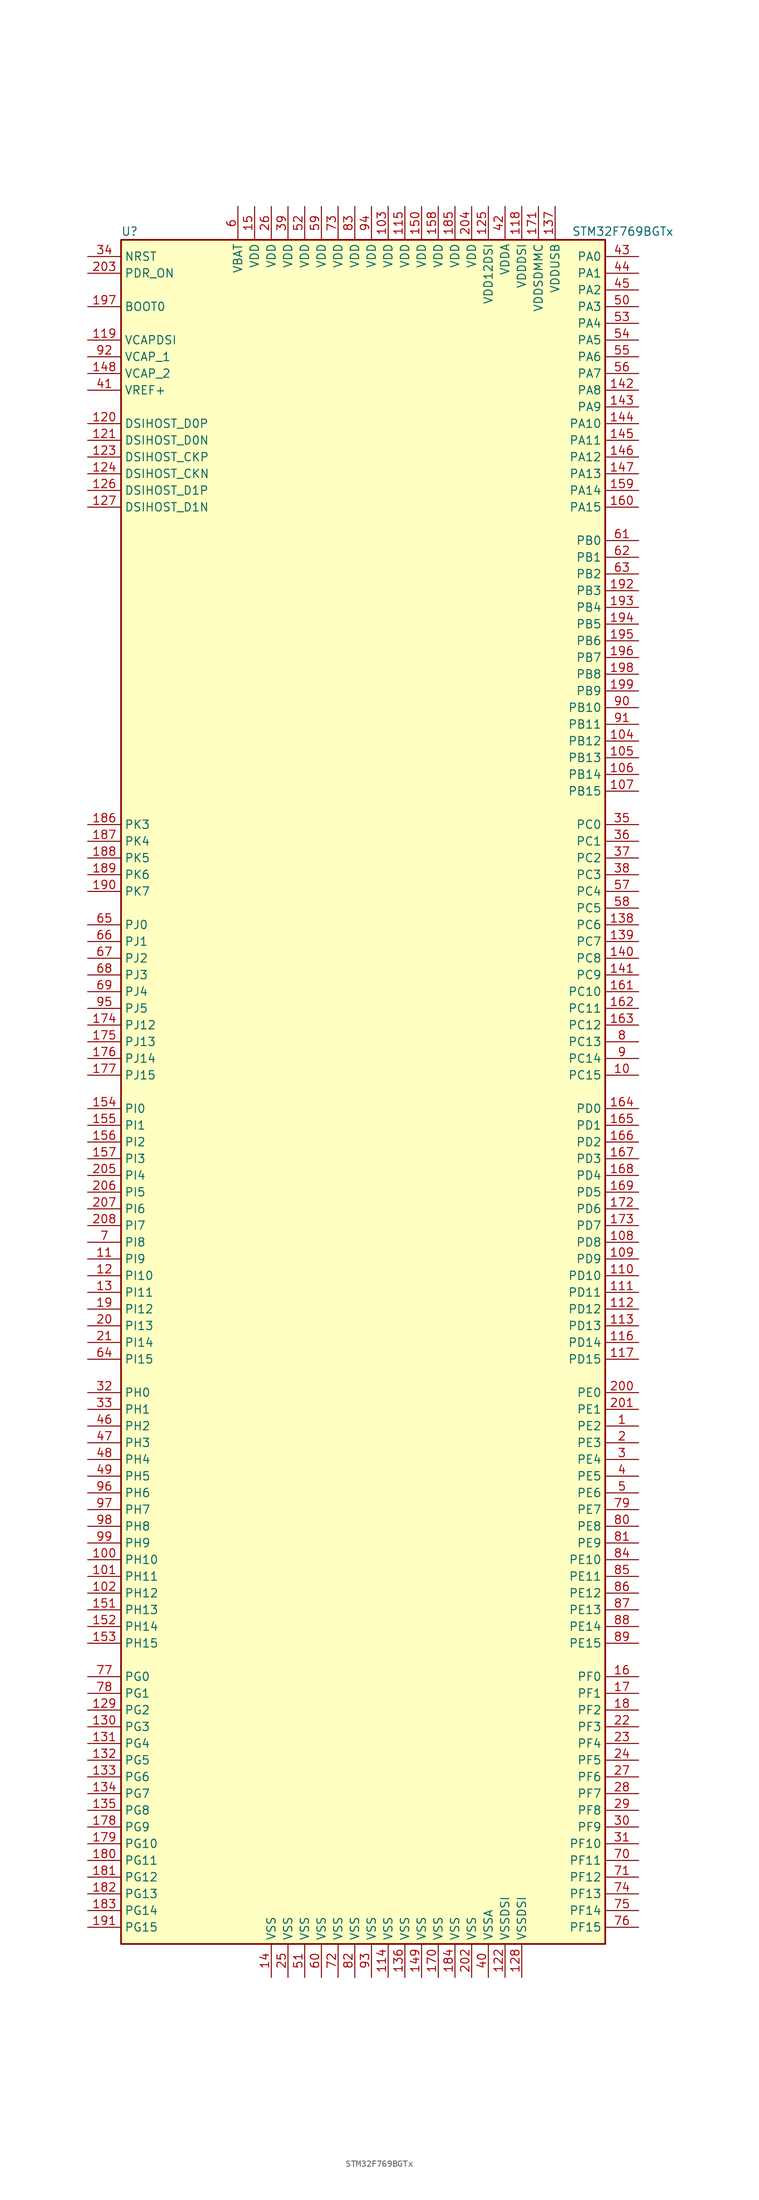
<source format=kicad_sym>
(kicad_symbol_lib
  (version 20211014)
  (generator kicad_symbol_editor)
  (symbol "STM32F769BGTx"
    (property "Reference" "U"
      (at -38.1 130.81 0)
      (effects (font (size 1.27 1.27)) (justify left)))
    (property "Value" "STM32F769BGTx"
      (at 30.48 130.81 0)
      (effects (font (size 1.27 1.27)) (justify left)))
    (symbol "STM32F769BGTx_0_1"
      (rectangle (start -38.1 -129.54) (end 35.56 129.54) (stroke (width 0.254) (type default) (color 0 0 0 0)) (fill (type background))))
    (symbol "STM32F769BGTx_1_1"
      (pin bidirectional line (at 40.64 -50.8 180) (length 5.08) (name "PE2" (effects (font (size 1.27 1.27)))) (number "1" (effects (font (size 1.27 1.27)))))
      (pin bidirectional line (at 40.64 2.54 180) (length 5.08) (name "PC15" (effects (font (size 1.27 1.27)))) (number "10" (effects (font (size 1.27 1.27)))))
      (pin bidirectional line (at -43.18 -71.12 0) (length 5.08) (name "PH10" (effects (font (size 1.27 1.27)))) (number "100" (effects (font (size 1.27 1.27)))))
      (pin bidirectional line (at -43.18 -73.66 0) (length 5.08) (name "PH11" (effects (font (size 1.27 1.27)))) (number "101" (effects (font (size 1.27 1.27)))))
      (pin bidirectional line (at -43.18 -76.2 0) (length 5.08) (name "PH12" (effects (font (size 1.27 1.27)))) (number "102" (effects (font (size 1.27 1.27)))))
      (pin power_in line (at 2.54 134.62 270) (length 5.08) (name "VDD" (effects (font (size 1.27 1.27)))) (number "103" (effects (font (size 1.27 1.27)))))
      (pin bidirectional line (at 40.64 53.34 180) (length 5.08) (name "PB12" (effects (font (size 1.27 1.27)))) (number "104" (effects (font (size 1.27 1.27)))))
      (pin bidirectional line (at 40.64 50.8 180) (length 5.08) (name "PB13" (effects (font (size 1.27 1.27)))) (number "105" (effects (font (size 1.27 1.27)))))
      (pin bidirectional line (at 40.64 48.26 180) (length 5.08) (name "PB14" (effects (font (size 1.27 1.27)))) (number "106" (effects (font (size 1.27 1.27)))))
      (pin bidirectional line (at 40.64 45.72 180) (length 5.08) (name "PB15" (effects (font (size 1.27 1.27)))) (number "107" (effects (font (size 1.27 1.27)))))
      (pin bidirectional line (at 40.64 -22.86 180) (length 5.08) (name "PD8" (effects (font (size 1.27 1.27)))) (number "108" (effects (font (size 1.27 1.27)))))
      (pin bidirectional line (at 40.64 -25.4 180) (length 5.08) (name "PD9" (effects (font (size 1.27 1.27)))) (number "109" (effects (font (size 1.27 1.27)))))
      (pin bidirectional line (at -43.18 -25.4 0) (length 5.08) (name "PI9" (effects (font (size 1.27 1.27)))) (number "11" (effects (font (size 1.27 1.27)))))
      (pin bidirectional line (at 40.64 -27.94 180) (length 5.08) (name "PD10" (effects (font (size 1.27 1.27)))) (number "110" (effects (font (size 1.27 1.27)))))
      (pin bidirectional line (at 40.64 -30.48 180) (length 5.08) (name "PD11" (effects (font (size 1.27 1.27)))) (number "111" (effects (font (size 1.27 1.27)))))
      (pin bidirectional line (at 40.64 -33.02 180) (length 5.08) (name "PD12" (effects (font (size 1.27 1.27)))) (number "112" (effects (font (size 1.27 1.27)))))
      (pin bidirectional line (at 40.64 -35.56 180) (length 5.08) (name "PD13" (effects (font (size 1.27 1.27)))) (number "113" (effects (font (size 1.27 1.27)))))
      (pin power_in line (at 2.54 -134.62 90) (length 5.08) (name "VSS" (effects (font (size 1.27 1.27)))) (number "114" (effects (font (size 1.27 1.27)))))
      (pin power_in line (at 5.08 134.62 270) (length 5.08) (name "VDD" (effects (font (size 1.27 1.27)))) (number "115" (effects (font (size 1.27 1.27)))))
      (pin bidirectional line (at 40.64 -38.1 180) (length 5.08) (name "PD14" (effects (font (size 1.27 1.27)))) (number "116" (effects (font (size 1.27 1.27)))))
      (pin bidirectional line (at 40.64 -40.64 180) (length 5.08) (name "PD15" (effects (font (size 1.27 1.27)))) (number "117" (effects (font (size 1.27 1.27)))))
      (pin power_in line (at 22.86 134.62 270) (length 5.08) (name "VDDDSI" (effects (font (size 1.27 1.27)))) (number "118" (effects (font (size 1.27 1.27)))))
      (pin power_in line (at -43.18 114.3 0) (length 5.08) (name "VCAPDSI" (effects (font (size 1.27 1.27)))) (number "119" (effects (font (size 1.27 1.27)))))
      (pin bidirectional line (at -43.18 -27.94 0) (length 5.08) (name "PI10" (effects (font (size 1.27 1.27)))) (number "12" (effects (font (size 1.27 1.27)))))
      (pin bidirectional line (at -43.18 101.6 0) (length 5.08) (name "DSIHOST_D0P" (effects (font (size 1.27 1.27)))) (number "120" (effects (font (size 1.27 1.27)))))
      (pin bidirectional line (at -43.18 99.06 0) (length 5.08) (name "DSIHOST_D0N" (effects (font (size 1.27 1.27)))) (number "121" (effects (font (size 1.27 1.27)))))
      (pin power_in line (at 20.32 -134.62 90) (length 5.08) (name "VSSDSI" (effects (font (size 1.27 1.27)))) (number "122" (effects (font (size 1.27 1.27)))))
      (pin bidirectional line (at -43.18 96.52 0) (length 5.08) (name "DSIHOST_CKP" (effects (font (size 1.27 1.27)))) (number "123" (effects (font (size 1.27 1.27)))))
      (pin bidirectional line (at -43.18 93.98 0) (length 5.08) (name "DSIHOST_CKN" (effects (font (size 1.27 1.27)))) (number "124" (effects (font (size 1.27 1.27)))))
      (pin power_in line (at 17.78 134.62 270) (length 5.08) (name "VDD12DSI" (effects (font (size 1.27 1.27)))) (number "125" (effects (font (size 1.27 1.27)))))
      (pin bidirectional line (at -43.18 91.44 0) (length 5.08) (name "DSIHOST_D1P" (effects (font (size 1.27 1.27)))) (number "126" (effects (font (size 1.27 1.27)))))
      (pin bidirectional line (at -43.18 88.9 0) (length 5.08) (name "DSIHOST_D1N" (effects (font (size 1.27 1.27)))) (number "127" (effects (font (size 1.27 1.27)))))
      (pin power_in line (at 22.86 -134.62 90) (length 5.08) (name "VSSDSI" (effects (font (size 1.27 1.27)))) (number "128" (effects (font (size 1.27 1.27)))))
      (pin bidirectional line (at -43.18 -93.98 0) (length 5.08) (name "PG2" (effects (font (size 1.27 1.27)))) (number "129" (effects (font (size 1.27 1.27)))))
      (pin bidirectional line (at -43.18 -30.48 0) (length 5.08) (name "PI11" (effects (font (size 1.27 1.27)))) (number "13" (effects (font (size 1.27 1.27)))))
      (pin bidirectional line (at -43.18 -96.52 0) (length 5.08) (name "PG3" (effects (font (size 1.27 1.27)))) (number "130" (effects (font (size 1.27 1.27)))))
      (pin bidirectional line (at -43.18 -99.06 0) (length 5.08) (name "PG4" (effects (font (size 1.27 1.27)))) (number "131" (effects (font (size 1.27 1.27)))))
      (pin bidirectional line (at -43.18 -101.6 0) (length 5.08) (name "PG5" (effects (font (size 1.27 1.27)))) (number "132" (effects (font (size 1.27 1.27)))))
      (pin bidirectional line (at -43.18 -104.14 0) (length 5.08) (name "PG6" (effects (font (size 1.27 1.27)))) (number "133" (effects (font (size 1.27 1.27)))))
      (pin bidirectional line (at -43.18 -106.68 0) (length 5.08) (name "PG7" (effects (font (size 1.27 1.27)))) (number "134" (effects (font (size 1.27 1.27)))))
      (pin bidirectional line (at -43.18 -109.22 0) (length 5.08) (name "PG8" (effects (font (size 1.27 1.27)))) (number "135" (effects (font (size 1.27 1.27)))))
      (pin power_in line (at 5.08 -134.62 90) (length 5.08) (name "VSS" (effects (font (size 1.27 1.27)))) (number "136" (effects (font (size 1.27 1.27)))))
      (pin power_in line (at 27.94 134.62 270) (length 5.08) (name "VDDUSB" (effects (font (size 1.27 1.27)))) (number "137" (effects (font (size 1.27 1.27)))))
      (pin bidirectional line (at 40.64 25.4 180) (length 5.08) (name "PC6" (effects (font (size 1.27 1.27)))) (number "138" (effects (font (size 1.27 1.27)))))
      (pin bidirectional line (at 40.64 22.86 180) (length 5.08) (name "PC7" (effects (font (size 1.27 1.27)))) (number "139" (effects (font (size 1.27 1.27)))))
      (pin power_in line (at -15.24 -134.62 90) (length 5.08) (name "VSS" (effects (font (size 1.27 1.27)))) (number "14" (effects (font (size 1.27 1.27)))))
      (pin bidirectional line (at 40.64 20.32 180) (length 5.08) (name "PC8" (effects (font (size 1.27 1.27)))) (number "140" (effects (font (size 1.27 1.27)))))
      (pin bidirectional line (at 40.64 17.78 180) (length 5.08) (name "PC9" (effects (font (size 1.27 1.27)))) (number "141" (effects (font (size 1.27 1.27)))))
      (pin bidirectional line (at 40.64 106.68 180) (length 5.08) (name "PA8" (effects (font (size 1.27 1.27)))) (number "142" (effects (font (size 1.27 1.27)))))
      (pin bidirectional line (at 40.64 104.14 180) (length 5.08) (name "PA9" (effects (font (size 1.27 1.27)))) (number "143" (effects (font (size 1.27 1.27)))))
      (pin bidirectional line (at 40.64 101.6 180) (length 5.08) (name "PA10" (effects (font (size 1.27 1.27)))) (number "144" (effects (font (size 1.27 1.27)))))
      (pin bidirectional line (at 40.64 99.06 180) (length 5.08) (name "PA11" (effects (font (size 1.27 1.27)))) (number "145" (effects (font (size 1.27 1.27)))))
      (pin bidirectional line (at 40.64 96.52 180) (length 5.08) (name "PA12" (effects (font (size 1.27 1.27)))) (number "146" (effects (font (size 1.27 1.27)))))
      (pin bidirectional line (at 40.64 93.98 180) (length 5.08) (name "PA13" (effects (font (size 1.27 1.27)))) (number "147" (effects (font (size 1.27 1.27)))))
      (pin power_in line (at -43.18 109.22 0) (length 5.08) (name "VCAP_2" (effects (font (size 1.27 1.27)))) (number "148" (effects (font (size 1.27 1.27)))))
      (pin power_in line (at 7.62 -134.62 90) (length 5.08) (name "VSS" (effects (font (size 1.27 1.27)))) (number "149" (effects (font (size 1.27 1.27)))))
      (pin power_in line (at -17.78 134.62 270) (length 5.08) (name "VDD" (effects (font (size 1.27 1.27)))) (number "15" (effects (font (size 1.27 1.27)))))
      (pin power_in line (at 7.62 134.62 270) (length 5.08) (name "VDD" (effects (font (size 1.27 1.27)))) (number "150" (effects (font (size 1.27 1.27)))))
      (pin bidirectional line (at -43.18 -78.74 0) (length 5.08) (name "PH13" (effects (font (size 1.27 1.27)))) (number "151" (effects (font (size 1.27 1.27)))))
      (pin bidirectional line (at -43.18 -81.28 0) (length 5.08) (name "PH14" (effects (font (size 1.27 1.27)))) (number "152" (effects (font (size 1.27 1.27)))))
      (pin bidirectional line (at -43.18 -83.82 0) (length 5.08) (name "PH15" (effects (font (size 1.27 1.27)))) (number "153" (effects (font (size 1.27 1.27)))))
      (pin bidirectional line (at -43.18 -2.54 0) (length 5.08) (name "PI0" (effects (font (size 1.27 1.27)))) (number "154" (effects (font (size 1.27 1.27)))))
      (pin bidirectional line (at -43.18 -5.08 0) (length 5.08) (name "PI1" (effects (font (size 1.27 1.27)))) (number "155" (effects (font (size 1.27 1.27)))))
      (pin bidirectional line (at -43.18 -7.62 0) (length 5.08) (name "PI2" (effects (font (size 1.27 1.27)))) (number "156" (effects (font (size 1.27 1.27)))))
      (pin bidirectional line (at -43.18 -10.16 0) (length 5.08) (name "PI3" (effects (font (size 1.27 1.27)))) (number "157" (effects (font (size 1.27 1.27)))))
      (pin power_in line (at 10.16 134.62 270) (length 5.08) (name "VDD" (effects (font (size 1.27 1.27)))) (number "158" (effects (font (size 1.27 1.27)))))
      (pin bidirectional line (at 40.64 91.44 180) (length 5.08) (name "PA14" (effects (font (size 1.27 1.27)))) (number "159" (effects (font (size 1.27 1.27)))))
      (pin bidirectional line (at 40.64 -88.9 180) (length 5.08) (name "PF0" (effects (font (size 1.27 1.27)))) (number "16" (effects (font (size 1.27 1.27)))))
      (pin bidirectional line (at 40.64 88.9 180) (length 5.08) (name "PA15" (effects (font (size 1.27 1.27)))) (number "160" (effects (font (size 1.27 1.27)))))
      (pin bidirectional line (at 40.64 15.24 180) (length 5.08) (name "PC10" (effects (font (size 1.27 1.27)))) (number "161" (effects (font (size 1.27 1.27)))))
      (pin bidirectional line (at 40.64 12.7 180) (length 5.08) (name "PC11" (effects (font (size 1.27 1.27)))) (number "162" (effects (font (size 1.27 1.27)))))
      (pin bidirectional line (at 40.64 10.16 180) (length 5.08) (name "PC12" (effects (font (size 1.27 1.27)))) (number "163" (effects (font (size 1.27 1.27)))))
      (pin bidirectional line (at 40.64 -2.54 180) (length 5.08) (name "PD0" (effects (font (size 1.27 1.27)))) (number "164" (effects (font (size 1.27 1.27)))))
      (pin bidirectional line (at 40.64 -5.08 180) (length 5.08) (name "PD1" (effects (font (size 1.27 1.27)))) (number "165" (effects (font (size 1.27 1.27)))))
      (pin bidirectional line (at 40.64 -7.62 180) (length 5.08) (name "PD2" (effects (font (size 1.27 1.27)))) (number "166" (effects (font (size 1.27 1.27)))))
      (pin bidirectional line (at 40.64 -10.16 180) (length 5.08) (name "PD3" (effects (font (size 1.27 1.27)))) (number "167" (effects (font (size 1.27 1.27)))))
      (pin bidirectional line (at 40.64 -12.7 180) (length 5.08) (name "PD4" (effects (font (size 1.27 1.27)))) (number "168" (effects (font (size 1.27 1.27)))))
      (pin bidirectional line (at 40.64 -15.24 180) (length 5.08) (name "PD5" (effects (font (size 1.27 1.27)))) (number "169" (effects (font (size 1.27 1.27)))))
      (pin bidirectional line (at 40.64 -91.44 180) (length 5.08) (name "PF1" (effects (font (size 1.27 1.27)))) (number "17" (effects (font (size 1.27 1.27)))))
      (pin power_in line (at 10.16 -134.62 90) (length 5.08) (name "VSS" (effects (font (size 1.27 1.27)))) (number "170" (effects (font (size 1.27 1.27)))))
      (pin power_in line (at 25.4 134.62 270) (length 5.08) (name "VDDSDMMC" (effects (font (size 1.27 1.27)))) (number "171" (effects (font (size 1.27 1.27)))))
      (pin bidirectional line (at 40.64 -17.78 180) (length 5.08) (name "PD6" (effects (font (size 1.27 1.27)))) (number "172" (effects (font (size 1.27 1.27)))))
      (pin bidirectional line (at 40.64 -20.32 180) (length 5.08) (name "PD7" (effects (font (size 1.27 1.27)))) (number "173" (effects (font (size 1.27 1.27)))))
      (pin bidirectional line (at -43.18 10.16 0) (length 5.08) (name "PJ12" (effects (font (size 1.27 1.27)))) (number "174" (effects (font (size 1.27 1.27)))))
      (pin bidirectional line (at -43.18 7.62 0) (length 5.08) (name "PJ13" (effects (font (size 1.27 1.27)))) (number "175" (effects (font (size 1.27 1.27)))))
      (pin bidirectional line (at -43.18 5.08 0) (length 5.08) (name "PJ14" (effects (font (size 1.27 1.27)))) (number "176" (effects (font (size 1.27 1.27)))))
      (pin bidirectional line (at -43.18 2.54 0) (length 5.08) (name "PJ15" (effects (font (size 1.27 1.27)))) (number "177" (effects (font (size 1.27 1.27)))))
      (pin bidirectional line (at -43.18 -111.76 0) (length 5.08) (name "PG9" (effects (font (size 1.27 1.27)))) (number "178" (effects (font (size 1.27 1.27)))))
      (pin bidirectional line (at -43.18 -114.3 0) (length 5.08) (name "PG10" (effects (font (size 1.27 1.27)))) (number "179" (effects (font (size 1.27 1.27)))))
      (pin bidirectional line (at 40.64 -93.98 180) (length 5.08) (name "PF2" (effects (font (size 1.27 1.27)))) (number "18" (effects (font (size 1.27 1.27)))))
      (pin bidirectional line (at -43.18 -116.84 0) (length 5.08) (name "PG11" (effects (font (size 1.27 1.27)))) (number "180" (effects (font (size 1.27 1.27)))))
      (pin bidirectional line (at -43.18 -119.38 0) (length 5.08) (name "PG12" (effects (font (size 1.27 1.27)))) (number "181" (effects (font (size 1.27 1.27)))))
      (pin bidirectional line (at -43.18 -121.92 0) (length 5.08) (name "PG13" (effects (font (size 1.27 1.27)))) (number "182" (effects (font (size 1.27 1.27)))))
      (pin bidirectional line (at -43.18 -124.46 0) (length 5.08) (name "PG14" (effects (font (size 1.27 1.27)))) (number "183" (effects (font (size 1.27 1.27)))))
      (pin power_in line (at 12.7 -134.62 90) (length 5.08) (name "VSS" (effects (font (size 1.27 1.27)))) (number "184" (effects (font (size 1.27 1.27)))))
      (pin power_in line (at 12.7 134.62 270) (length 5.08) (name "VDD" (effects (font (size 1.27 1.27)))) (number "185" (effects (font (size 1.27 1.27)))))
      (pin bidirectional line (at -43.18 40.64 0) (length 5.08) (name "PK3" (effects (font (size 1.27 1.27)))) (number "186" (effects (font (size 1.27 1.27)))))
      (pin bidirectional line (at -43.18 38.1 0) (length 5.08) (name "PK4" (effects (font (size 1.27 1.27)))) (number "187" (effects (font (size 1.27 1.27)))))
      (pin bidirectional line (at -43.18 35.56 0) (length 5.08) (name "PK5" (effects (font (size 1.27 1.27)))) (number "188" (effects (font (size 1.27 1.27)))))
      (pin bidirectional line (at -43.18 33.02 0) (length 5.08) (name "PK6" (effects (font (size 1.27 1.27)))) (number "189" (effects (font (size 1.27 1.27)))))
      (pin bidirectional line (at -43.18 -33.02 0) (length 5.08) (name "PI12" (effects (font (size 1.27 1.27)))) (number "19" (effects (font (size 1.27 1.27)))))
      (pin bidirectional line (at -43.18 30.48 0) (length 5.08) (name "PK7" (effects (font (size 1.27 1.27)))) (number "190" (effects (font (size 1.27 1.27)))))
      (pin bidirectional line (at -43.18 -127 0) (length 5.08) (name "PG15" (effects (font (size 1.27 1.27)))) (number "191" (effects (font (size 1.27 1.27)))))
      (pin bidirectional line (at 40.64 76.2 180) (length 5.08) (name "PB3" (effects (font (size 1.27 1.27)))) (number "192" (effects (font (size 1.27 1.27)))))
      (pin bidirectional line (at 40.64 73.66 180) (length 5.08) (name "PB4" (effects (font (size 1.27 1.27)))) (number "193" (effects (font (size 1.27 1.27)))))
      (pin bidirectional line (at 40.64 71.12 180) (length 5.08) (name "PB5" (effects (font (size 1.27 1.27)))) (number "194" (effects (font (size 1.27 1.27)))))
      (pin bidirectional line (at 40.64 68.58 180) (length 5.08) (name "PB6" (effects (font (size 1.27 1.27)))) (number "195" (effects (font (size 1.27 1.27)))))
      (pin bidirectional line (at 40.64 66.04 180) (length 5.08) (name "PB7" (effects (font (size 1.27 1.27)))) (number "196" (effects (font (size 1.27 1.27)))))
      (pin input line (at -43.18 119.38 0) (length 5.08) (name "BOOT0" (effects (font (size 1.27 1.27)))) (number "197" (effects (font (size 1.27 1.27)))))
      (pin bidirectional line (at 40.64 63.5 180) (length 5.08) (name "PB8" (effects (font (size 1.27 1.27)))) (number "198" (effects (font (size 1.27 1.27)))))
      (pin bidirectional line (at 40.64 60.96 180) (length 5.08) (name "PB9" (effects (font (size 1.27 1.27)))) (number "199" (effects (font (size 1.27 1.27)))))
      (pin bidirectional line (at 40.64 -53.34 180) (length 5.08) (name "PE3" (effects (font (size 1.27 1.27)))) (number "2" (effects (font (size 1.27 1.27)))))
      (pin bidirectional line (at -43.18 -35.56 0) (length 5.08) (name "PI13" (effects (font (size 1.27 1.27)))) (number "20" (effects (font (size 1.27 1.27)))))
      (pin bidirectional line (at 40.64 -45.72 180) (length 5.08) (name "PE0" (effects (font (size 1.27 1.27)))) (number "200" (effects (font (size 1.27 1.27)))))
      (pin bidirectional line (at 40.64 -48.26 180) (length 5.08) (name "PE1" (effects (font (size 1.27 1.27)))) (number "201" (effects (font (size 1.27 1.27)))))
      (pin power_in line (at 15.24 -134.62 90) (length 5.08) (name "VSS" (effects (font (size 1.27 1.27)))) (number "202" (effects (font (size 1.27 1.27)))))
      (pin input line (at -43.18 124.46 0) (length 5.08) (name "PDR_ON" (effects (font (size 1.27 1.27)))) (number "203" (effects (font (size 1.27 1.27)))))
      (pin power_in line (at 15.24 134.62 270) (length 5.08) (name "VDD" (effects (font (size 1.27 1.27)))) (number "204" (effects (font (size 1.27 1.27)))))
      (pin bidirectional line (at -43.18 -12.7 0) (length 5.08) (name "PI4" (effects (font (size 1.27 1.27)))) (number "205" (effects (font (size 1.27 1.27)))))
      (pin bidirectional line (at -43.18 -15.24 0) (length 5.08) (name "PI5" (effects (font (size 1.27 1.27)))) (number "206" (effects (font (size 1.27 1.27)))))
      (pin bidirectional line (at -43.18 -17.78 0) (length 5.08) (name "PI6" (effects (font (size 1.27 1.27)))) (number "207" (effects (font (size 1.27 1.27)))))
      (pin bidirectional line (at -43.18 -20.32 0) (length 5.08) (name "PI7" (effects (font (size 1.27 1.27)))) (number "208" (effects (font (size 1.27 1.27)))))
      (pin bidirectional line (at -43.18 -38.1 0) (length 5.08) (name "PI14" (effects (font (size 1.27 1.27)))) (number "21" (effects (font (size 1.27 1.27)))))
      (pin bidirectional line (at 40.64 -96.52 180) (length 5.08) (name "PF3" (effects (font (size 1.27 1.27)))) (number "22" (effects (font (size 1.27 1.27)))))
      (pin bidirectional line (at 40.64 -99.06 180) (length 5.08) (name "PF4" (effects (font (size 1.27 1.27)))) (number "23" (effects (font (size 1.27 1.27)))))
      (pin bidirectional line (at 40.64 -101.6 180) (length 5.08) (name "PF5" (effects (font (size 1.27 1.27)))) (number "24" (effects (font (size 1.27 1.27)))))
      (pin power_in line (at -12.7 -134.62 90) (length 5.08) (name "VSS" (effects (font (size 1.27 1.27)))) (number "25" (effects (font (size 1.27 1.27)))))
      (pin power_in line (at -15.24 134.62 270) (length 5.08) (name "VDD" (effects (font (size 1.27 1.27)))) (number "26" (effects (font (size 1.27 1.27)))))
      (pin bidirectional line (at 40.64 -104.14 180) (length 5.08) (name "PF6" (effects (font (size 1.27 1.27)))) (number "27" (effects (font (size 1.27 1.27)))))
      (pin bidirectional line (at 40.64 -106.68 180) (length 5.08) (name "PF7" (effects (font (size 1.27 1.27)))) (number "28" (effects (font (size 1.27 1.27)))))
      (pin bidirectional line (at 40.64 -109.22 180) (length 5.08) (name "PF8" (effects (font (size 1.27 1.27)))) (number "29" (effects (font (size 1.27 1.27)))))
      (pin bidirectional line (at 40.64 -55.88 180) (length 5.08) (name "PE4" (effects (font (size 1.27 1.27)))) (number "3" (effects (font (size 1.27 1.27)))))
      (pin bidirectional line (at 40.64 -111.76 180) (length 5.08) (name "PF9" (effects (font (size 1.27 1.27)))) (number "30" (effects (font (size 1.27 1.27)))))
      (pin bidirectional line (at 40.64 -114.3 180) (length 5.08) (name "PF10" (effects (font (size 1.27 1.27)))) (number "31" (effects (font (size 1.27 1.27)))))
      (pin input line (at -43.18 -45.72 0) (length 5.08) (name "PH0" (effects (font (size 1.27 1.27)))) (number "32" (effects (font (size 1.27 1.27)))))
      (pin input line (at -43.18 -48.26 0) (length 5.08) (name "PH1" (effects (font (size 1.27 1.27)))) (number "33" (effects (font (size 1.27 1.27)))))
      (pin input line (at -43.18 127 0) (length 5.08) (name "NRST" (effects (font (size 1.27 1.27)))) (number "34" (effects (font (size 1.27 1.27)))))
      (pin bidirectional line (at 40.64 40.64 180) (length 5.08) (name "PC0" (effects (font (size 1.27 1.27)))) (number "35" (effects (font (size 1.27 1.27)))))
      (pin bidirectional line (at 40.64 38.1 180) (length 5.08) (name "PC1" (effects (font (size 1.27 1.27)))) (number "36" (effects (font (size 1.27 1.27)))))
      (pin bidirectional line (at 40.64 35.56 180) (length 5.08) (name "PC2" (effects (font (size 1.27 1.27)))) (number "37" (effects (font (size 1.27 1.27)))))
      (pin bidirectional line (at 40.64 33.02 180) (length 5.08) (name "PC3" (effects (font (size 1.27 1.27)))) (number "38" (effects (font (size 1.27 1.27)))))
      (pin power_in line (at -12.7 134.62 270) (length 5.08) (name "VDD" (effects (font (size 1.27 1.27)))) (number "39" (effects (font (size 1.27 1.27)))))
      (pin bidirectional line (at 40.64 -58.42 180) (length 5.08) (name "PE5" (effects (font (size 1.27 1.27)))) (number "4" (effects (font (size 1.27 1.27)))))
      (pin power_in line (at 17.78 -134.62 90) (length 5.08) (name "VSSA" (effects (font (size 1.27 1.27)))) (number "40" (effects (font (size 1.27 1.27)))))
      (pin power_in line (at -43.18 106.68 0) (length 5.08) (name "VREF+" (effects (font (size 1.27 1.27)))) (number "41" (effects (font (size 1.27 1.27)))))
      (pin power_in line (at 20.32 134.62 270) (length 5.08) (name "VDDA" (effects (font (size 1.27 1.27)))) (number "42" (effects (font (size 1.27 1.27)))))
      (pin bidirectional line (at 40.64 127 180) (length 5.08) (name "PA0" (effects (font (size 1.27 1.27)))) (number "43" (effects (font (size 1.27 1.27)))))
      (pin bidirectional line (at 40.64 124.46 180) (length 5.08) (name "PA1" (effects (font (size 1.27 1.27)))) (number "44" (effects (font (size 1.27 1.27)))))
      (pin bidirectional line (at 40.64 121.92 180) (length 5.08) (name "PA2" (effects (font (size 1.27 1.27)))) (number "45" (effects (font (size 1.27 1.27)))))
      (pin bidirectional line (at -43.18 -50.8 0) (length 5.08) (name "PH2" (effects (font (size 1.27 1.27)))) (number "46" (effects (font (size 1.27 1.27)))))
      (pin bidirectional line (at -43.18 -53.34 0) (length 5.08) (name "PH3" (effects (font (size 1.27 1.27)))) (number "47" (effects (font (size 1.27 1.27)))))
      (pin bidirectional line (at -43.18 -55.88 0) (length 5.08) (name "PH4" (effects (font (size 1.27 1.27)))) (number "48" (effects (font (size 1.27 1.27)))))
      (pin bidirectional line (at -43.18 -58.42 0) (length 5.08) (name "PH5" (effects (font (size 1.27 1.27)))) (number "49" (effects (font (size 1.27 1.27)))))
      (pin bidirectional line (at 40.64 -60.96 180) (length 5.08) (name "PE6" (effects (font (size 1.27 1.27)))) (number "5" (effects (font (size 1.27 1.27)))))
      (pin bidirectional line (at 40.64 119.38 180) (length 5.08) (name "PA3" (effects (font (size 1.27 1.27)))) (number "50" (effects (font (size 1.27 1.27)))))
      (pin power_in line (at -10.16 -134.62 90) (length 5.08) (name "VSS" (effects (font (size 1.27 1.27)))) (number "51" (effects (font (size 1.27 1.27)))))
      (pin power_in line (at -10.16 134.62 270) (length 5.08) (name "VDD" (effects (font (size 1.27 1.27)))) (number "52" (effects (font (size 1.27 1.27)))))
      (pin bidirectional line (at 40.64 116.84 180) (length 5.08) (name "PA4" (effects (font (size 1.27 1.27)))) (number "53" (effects (font (size 1.27 1.27)))))
      (pin bidirectional line (at 40.64 114.3 180) (length 5.08) (name "PA5" (effects (font (size 1.27 1.27)))) (number "54" (effects (font (size 1.27 1.27)))))
      (pin bidirectional line (at 40.64 111.76 180) (length 5.08) (name "PA6" (effects (font (size 1.27 1.27)))) (number "55" (effects (font (size 1.27 1.27)))))
      (pin bidirectional line (at 40.64 109.22 180) (length 5.08) (name "PA7" (effects (font (size 1.27 1.27)))) (number "56" (effects (font (size 1.27 1.27)))))
      (pin bidirectional line (at 40.64 30.48 180) (length 5.08) (name "PC4" (effects (font (size 1.27 1.27)))) (number "57" (effects (font (size 1.27 1.27)))))
      (pin bidirectional line (at 40.64 27.94 180) (length 5.08) (name "PC5" (effects (font (size 1.27 1.27)))) (number "58" (effects (font (size 1.27 1.27)))))
      (pin power_in line (at -7.62 134.62 270) (length 5.08) (name "VDD" (effects (font (size 1.27 1.27)))) (number "59" (effects (font (size 1.27 1.27)))))
      (pin power_in line (at -20.32 134.62 270) (length 5.08) (name "VBAT" (effects (font (size 1.27 1.27)))) (number "6" (effects (font (size 1.27 1.27)))))
      (pin power_in line (at -7.62 -134.62 90) (length 5.08) (name "VSS" (effects (font (size 1.27 1.27)))) (number "60" (effects (font (size 1.27 1.27)))))
      (pin bidirectional line (at 40.64 83.82 180) (length 5.08) (name "PB0" (effects (font (size 1.27 1.27)))) (number "61" (effects (font (size 1.27 1.27)))))
      (pin bidirectional line (at 40.64 81.28 180) (length 5.08) (name "PB1" (effects (font (size 1.27 1.27)))) (number "62" (effects (font (size 1.27 1.27)))))
      (pin bidirectional line (at 40.64 78.74 180) (length 5.08) (name "PB2" (effects (font (size 1.27 1.27)))) (number "63" (effects (font (size 1.27 1.27)))))
      (pin bidirectional line (at -43.18 -40.64 0) (length 5.08) (name "PI15" (effects (font (size 1.27 1.27)))) (number "64" (effects (font (size 1.27 1.27)))))
      (pin bidirectional line (at -43.18 25.4 0) (length 5.08) (name "PJ0" (effects (font (size 1.27 1.27)))) (number "65" (effects (font (size 1.27 1.27)))))
      (pin bidirectional line (at -43.18 22.86 0) (length 5.08) (name "PJ1" (effects (font (size 1.27 1.27)))) (number "66" (effects (font (size 1.27 1.27)))))
      (pin bidirectional line (at -43.18 20.32 0) (length 5.08) (name "PJ2" (effects (font (size 1.27 1.27)))) (number "67" (effects (font (size 1.27 1.27)))))
      (pin bidirectional line (at -43.18 17.78 0) (length 5.08) (name "PJ3" (effects (font (size 1.27 1.27)))) (number "68" (effects (font (size 1.27 1.27)))))
      (pin bidirectional line (at -43.18 15.24 0) (length 5.08) (name "PJ4" (effects (font (size 1.27 1.27)))) (number "69" (effects (font (size 1.27 1.27)))))
      (pin bidirectional line (at -43.18 -22.86 0) (length 5.08) (name "PI8" (effects (font (size 1.27 1.27)))) (number "7" (effects (font (size 1.27 1.27)))))
      (pin bidirectional line (at 40.64 -116.84 180) (length 5.08) (name "PF11" (effects (font (size 1.27 1.27)))) (number "70" (effects (font (size 1.27 1.27)))))
      (pin bidirectional line (at 40.64 -119.38 180) (length 5.08) (name "PF12" (effects (font (size 1.27 1.27)))) (number "71" (effects (font (size 1.27 1.27)))))
      (pin power_in line (at -5.08 -134.62 90) (length 5.08) (name "VSS" (effects (font (size 1.27 1.27)))) (number "72" (effects (font (size 1.27 1.27)))))
      (pin power_in line (at -5.08 134.62 270) (length 5.08) (name "VDD" (effects (font (size 1.27 1.27)))) (number "73" (effects (font (size 1.27 1.27)))))
      (pin bidirectional line (at 40.64 -121.92 180) (length 5.08) (name "PF13" (effects (font (size 1.27 1.27)))) (number "74" (effects (font (size 1.27 1.27)))))
      (pin bidirectional line (at 40.64 -124.46 180) (length 5.08) (name "PF14" (effects (font (size 1.27 1.27)))) (number "75" (effects (font (size 1.27 1.27)))))
      (pin bidirectional line (at 40.64 -127 180) (length 5.08) (name "PF15" (effects (font (size 1.27 1.27)))) (number "76" (effects (font (size 1.27 1.27)))))
      (pin bidirectional line (at -43.18 -88.9 0) (length 5.08) (name "PG0" (effects (font (size 1.27 1.27)))) (number "77" (effects (font (size 1.27 1.27)))))
      (pin bidirectional line (at -43.18 -91.44 0) (length 5.08) (name "PG1" (effects (font (size 1.27 1.27)))) (number "78" (effects (font (size 1.27 1.27)))))
      (pin bidirectional line (at 40.64 -63.5 180) (length 5.08) (name "PE7" (effects (font (size 1.27 1.27)))) (number "79" (effects (font (size 1.27 1.27)))))
      (pin bidirectional line (at 40.64 7.62 180) (length 5.08) (name "PC13" (effects (font (size 1.27 1.27)))) (number "8" (effects (font (size 1.27 1.27)))))
      (pin bidirectional line (at 40.64 -66.04 180) (length 5.08) (name "PE8" (effects (font (size 1.27 1.27)))) (number "80" (effects (font (size 1.27 1.27)))))
      (pin bidirectional line (at 40.64 -68.58 180) (length 5.08) (name "PE9" (effects (font (size 1.27 1.27)))) (number "81" (effects (font (size 1.27 1.27)))))
      (pin power_in line (at -2.54 -134.62 90) (length 5.08) (name "VSS" (effects (font (size 1.27 1.27)))) (number "82" (effects (font (size 1.27 1.27)))))
      (pin power_in line (at -2.54 134.62 270) (length 5.08) (name "VDD" (effects (font (size 1.27 1.27)))) (number "83" (effects (font (size 1.27 1.27)))))
      (pin bidirectional line (at 40.64 -71.12 180) (length 5.08) (name "PE10" (effects (font (size 1.27 1.27)))) (number "84" (effects (font (size 1.27 1.27)))))
      (pin bidirectional line (at 40.64 -73.66 180) (length 5.08) (name "PE11" (effects (font (size 1.27 1.27)))) (number "85" (effects (font (size 1.27 1.27)))))
      (pin bidirectional line (at 40.64 -76.2 180) (length 5.08) (name "PE12" (effects (font (size 1.27 1.27)))) (number "86" (effects (font (size 1.27 1.27)))))
      (pin bidirectional line (at 40.64 -78.74 180) (length 5.08) (name "PE13" (effects (font (size 1.27 1.27)))) (number "87" (effects (font (size 1.27 1.27)))))
      (pin bidirectional line (at 40.64 -81.28 180) (length 5.08) (name "PE14" (effects (font (size 1.27 1.27)))) (number "88" (effects (font (size 1.27 1.27)))))
      (pin bidirectional line (at 40.64 -83.82 180) (length 5.08) (name "PE15" (effects (font (size 1.27 1.27)))) (number "89" (effects (font (size 1.27 1.27)))))
      (pin bidirectional line (at 40.64 5.08 180) (length 5.08) (name "PC14" (effects (font (size 1.27 1.27)))) (number "9" (effects (font (size 1.27 1.27)))))
      (pin bidirectional line (at 40.64 58.42 180) (length 5.08) (name "PB10" (effects (font (size 1.27 1.27)))) (number "90" (effects (font (size 1.27 1.27)))))
      (pin bidirectional line (at 40.64 55.88 180) (length 5.08) (name "PB11" (effects (font (size 1.27 1.27)))) (number "91" (effects (font (size 1.27 1.27)))))
      (pin power_in line (at -43.18 111.76 0) (length 5.08) (name "VCAP_1" (effects (font (size 1.27 1.27)))) (number "92" (effects (font (size 1.27 1.27)))))
      (pin power_in line (at 0 -134.62 90) (length 5.08) (name "VSS" (effects (font (size 1.27 1.27)))) (number "93" (effects (font (size 1.27 1.27)))))
      (pin power_in line (at 0 134.62 270) (length 5.08) (name "VDD" (effects (font (size 1.27 1.27)))) (number "94" (effects (font (size 1.27 1.27)))))
      (pin bidirectional line (at -43.18 12.7 0) (length 5.08) (name "PJ5" (effects (font (size 1.27 1.27)))) (number "95" (effects (font (size 1.27 1.27)))))
      (pin bidirectional line (at -43.18 -60.96 0) (length 5.08) (name "PH6" (effects (font (size 1.27 1.27)))) (number "96" (effects (font (size 1.27 1.27)))))
      (pin bidirectional line (at -43.18 -63.5 0) (length 5.08) (name "PH7" (effects (font (size 1.27 1.27)))) (number "97" (effects (font (size 1.27 1.27)))))
      (pin bidirectional line (at -43.18 -66.04 0) (length 5.08) (name "PH8" (effects (font (size 1.27 1.27)))) (number "98" (effects (font (size 1.27 1.27)))))
      (pin bidirectional line (at -43.18 -68.58 0) (length 5.08) (name "PH9" (effects (font (size 1.27 1.27)))) (number "99" (effects (font (size 1.27 1.27))))))))
</source>
